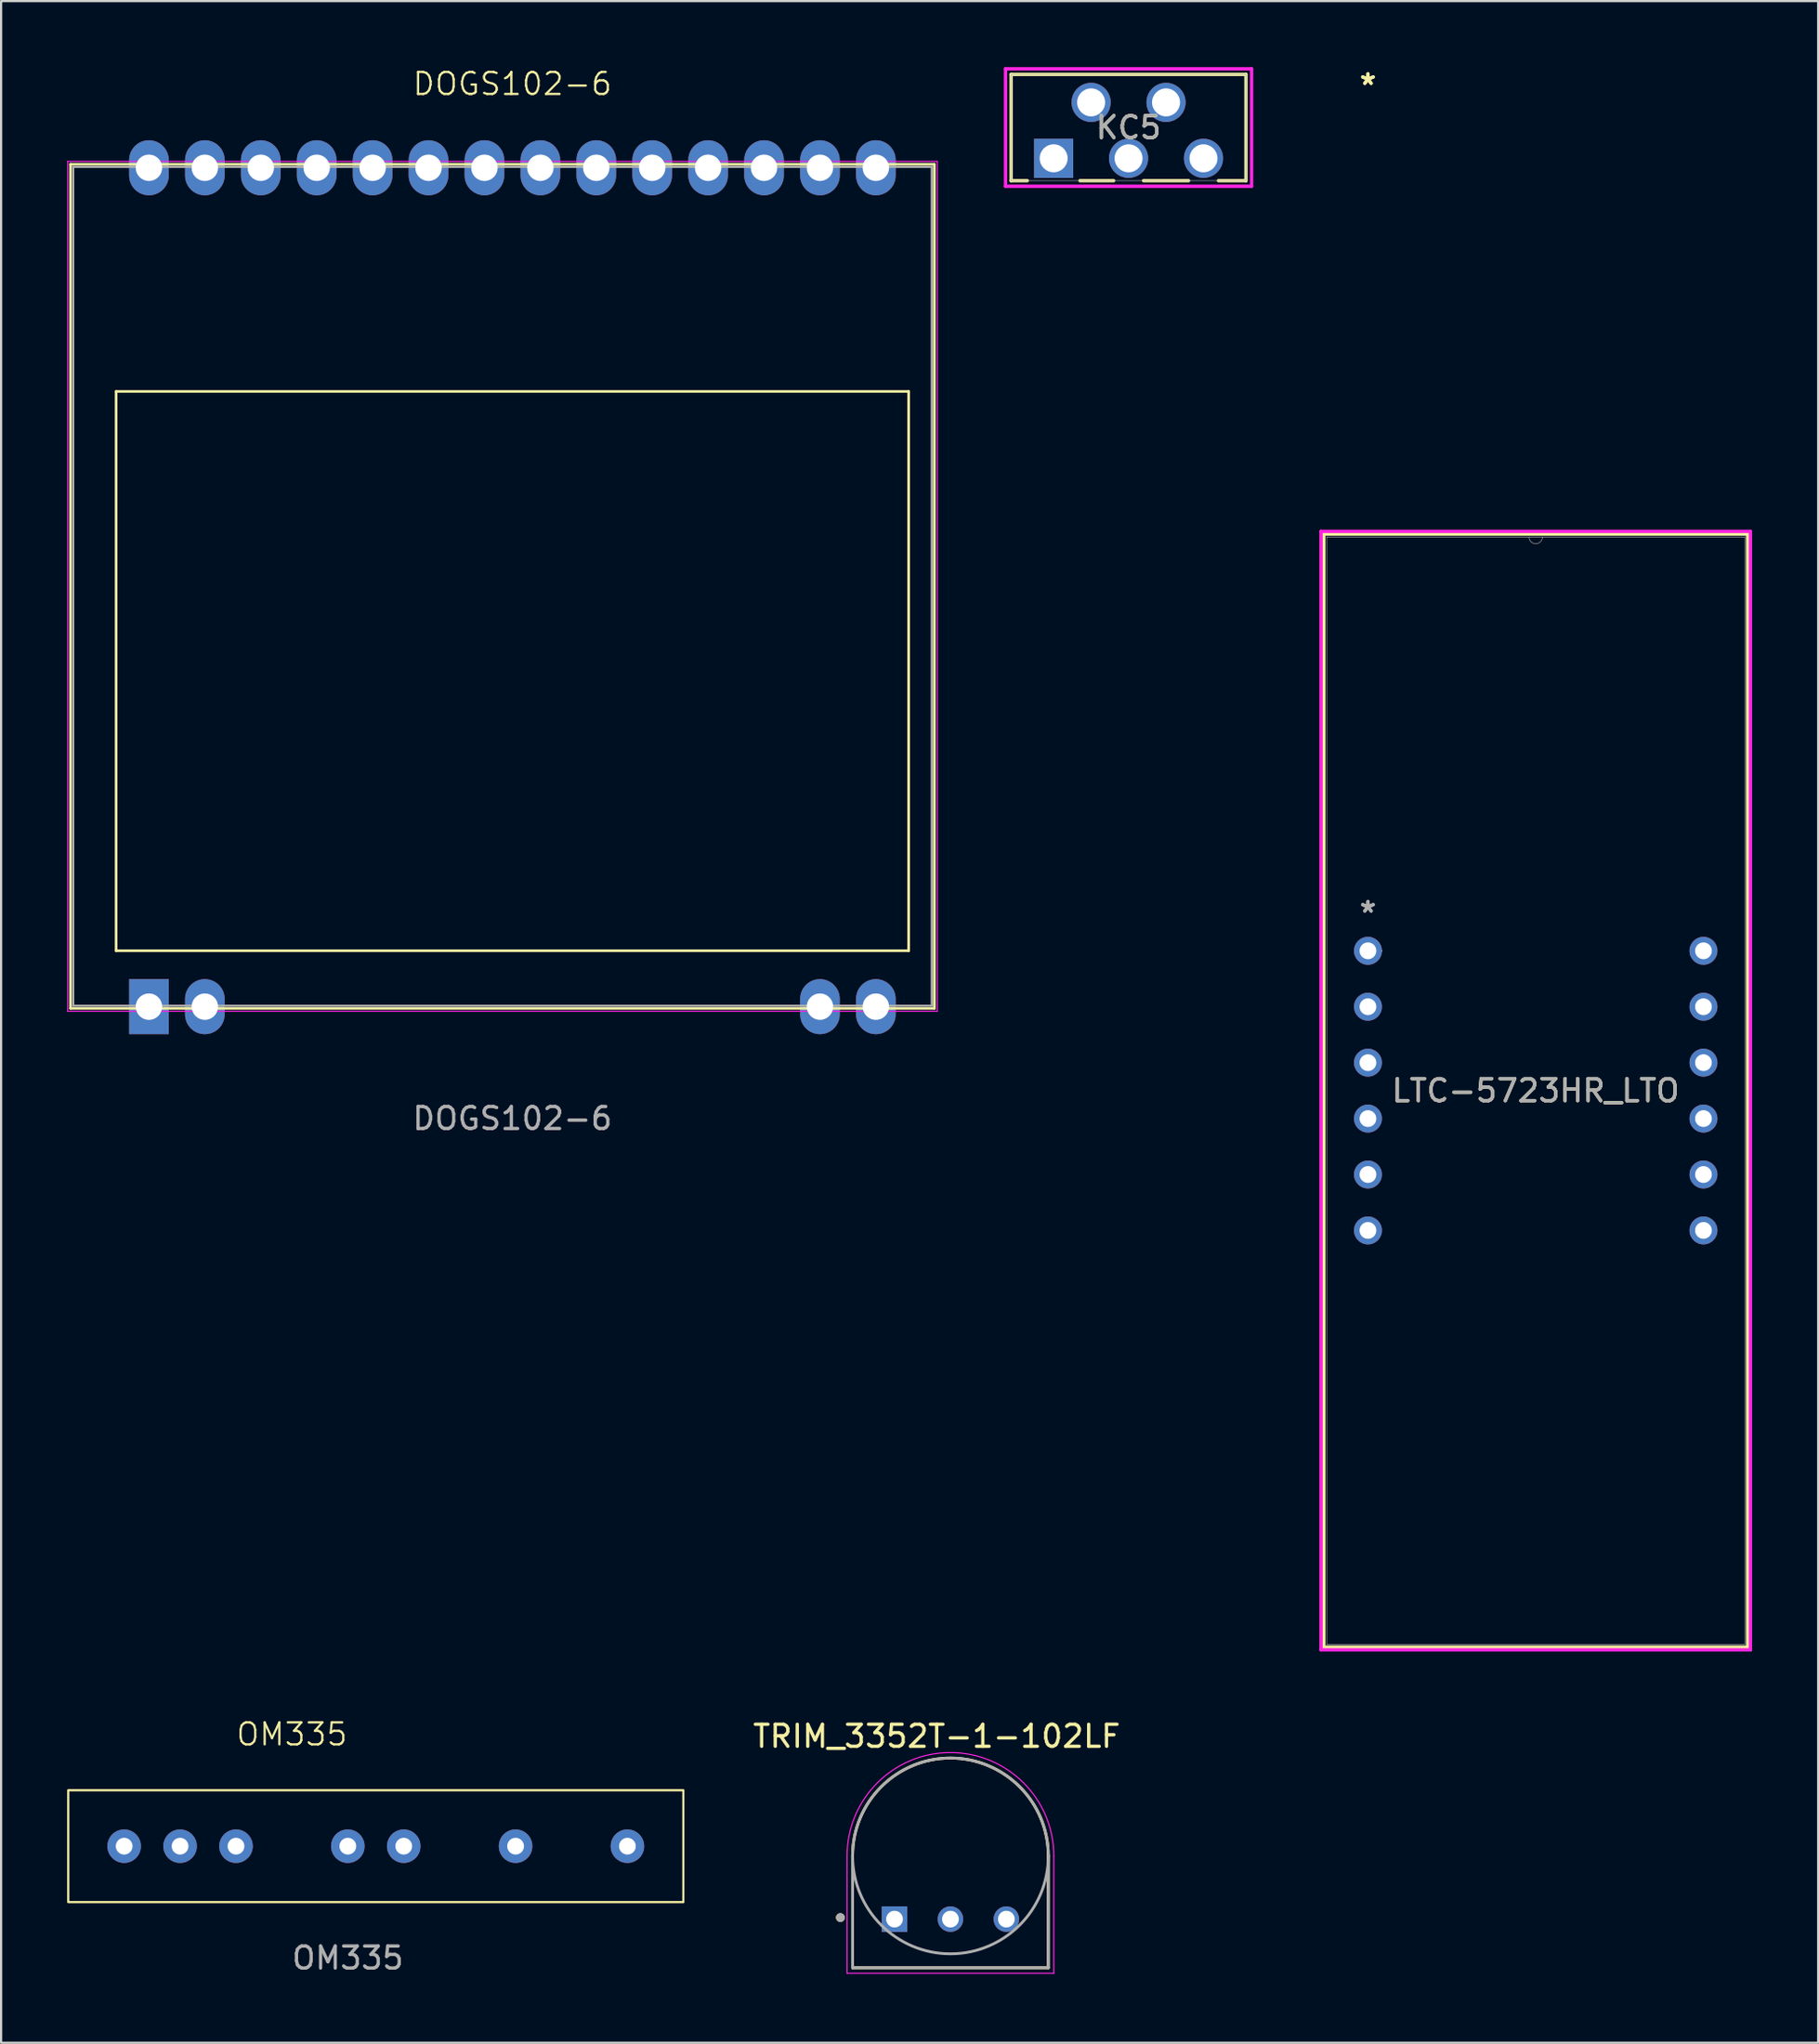
<source format=kicad_pcb>
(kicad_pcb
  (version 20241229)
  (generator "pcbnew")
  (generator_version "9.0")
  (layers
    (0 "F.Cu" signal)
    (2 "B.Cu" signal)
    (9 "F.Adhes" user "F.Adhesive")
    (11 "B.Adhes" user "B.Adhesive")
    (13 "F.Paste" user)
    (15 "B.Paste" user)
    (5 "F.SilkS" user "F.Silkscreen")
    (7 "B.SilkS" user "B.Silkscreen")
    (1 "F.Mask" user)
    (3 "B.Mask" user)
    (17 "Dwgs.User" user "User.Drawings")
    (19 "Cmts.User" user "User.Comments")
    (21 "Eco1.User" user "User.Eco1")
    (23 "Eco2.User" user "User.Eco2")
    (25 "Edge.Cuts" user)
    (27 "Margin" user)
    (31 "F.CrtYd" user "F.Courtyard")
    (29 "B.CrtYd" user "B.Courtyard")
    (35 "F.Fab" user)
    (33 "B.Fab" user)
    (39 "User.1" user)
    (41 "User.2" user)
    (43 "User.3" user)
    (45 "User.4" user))
  (footprint "KC5"
    (layer "F.Cu")
    (at 51.618 1.346)
    (property "Reference" "KC5" (at -3.404 1.397 0) (unlocked yes) (layer "F.SilkS") (effects (font (size 1 1) (thickness 0.15))))
    (attr through_hole)
    (fp_line (start -8.738 -1.016) (end -8.738 3.81) (stroke (width 0.152) (type solid)) (layer "F.SilkS"))
    (fp_line (start -8.738 3.81) (end -8.004 3.81) (stroke (width 0.152) (type solid)) (layer "F.SilkS"))
    (fp_line (start -5.611 3.81) (end -4.082 3.81) (stroke (width 0.152) (type solid)) (layer "F.SilkS"))
    (fp_line (start -2.725 3.81) (end -0.679 3.81) (stroke (width 0.152) (type solid)) (layer "F.SilkS"))
    (fp_line (start 0.679 3.81) (end 1.93 3.81) (stroke (width 0.152) (type solid)) (layer "F.SilkS"))
    (fp_line (start 1.93 -1.016) (end -8.738 -1.016) (stroke (width 0.152) (type solid)) (layer "F.SilkS"))
    (fp_line (start 1.93 3.81) (end 1.93 -1.016) (stroke (width 0.152) (type solid)) (layer "F.SilkS"))
    (fp_line (start -8.992 -1.27) (end -8.992 4.064) (stroke (width 0.152) (type solid)) (layer "F.CrtYd"))
    (fp_line (start -8.992 4.064) (end 2.184 4.064) (stroke (width 0.152) (type solid)) (layer "F.CrtYd"))
    (fp_line (start 2.184 -1.27) (end -8.992 -1.27) (stroke (width 0.152) (type solid)) (layer "F.CrtYd"))
    (fp_line (start 2.184 4.064) (end 2.184 -1.27) (stroke (width 0.152) (type solid)) (layer "F.CrtYd"))
    (fp_line (start -8.738 -1.016) (end -8.738 3.81) (stroke (width 0.025) (type solid)) (layer "F.Fab"))
    (fp_line (start -8.738 3.81) (end 1.93 3.81) (stroke (width 0.025) (type solid)) (layer "F.Fab"))
    (fp_line (start 1.93 -1.016) (end -8.738 -1.016) (stroke (width 0.025) (type solid)) (layer "F.Fab"))
    (fp_line (start 1.93 3.81) (end 1.93 -1.016) (stroke (width 0.025) (type solid)) (layer "F.Fab"))
    (fp_text user "${REFERENCE}" (at -3.404 1.397 0) (unlocked yes) (layer "F.Fab") (effects (font (size 1 1) (thickness 0.15))))
    (pad "1" thru_hole rect (at -6.807 2.794) (size 1.778 1.778) (drill 1.27) (layers "*.Cu" "*.Mask"))
    (pad "2" thru_hole circle (at -5.105 0.254) (size 1.778 1.778) (drill 1.27) (layers "*.Cu" "*.Mask"))
    (pad "3" thru_hole circle (at -3.404 2.794) (size 1.778 1.778) (drill 1.27) (layers "*.Cu" "*.Mask"))
    (pad "4" thru_hole circle (at -1.702 0.254) (size 1.778 1.778) (drill 1.27) (layers "*.Cu" "*.Mask"))
    (pad "5" thru_hole circle (at 0 2.794) (size 1.778 1.778) (drill 1.27) (layers "*.Cu" "*.Mask")))
  (footprint "TRIM_3352T-1-102LF"
    (layer "F.Cu")
    (at 40.123 81.243)
    (property "Reference" "TRIM_3352T-1-102LF" (at -0.625 -5.435 0) (layer "F.SilkS") (effects (font (size 1 1) (thickness 0.15))))
    (attr through_hole)
    (fp_line (start -4.445 0) (end -4.445 5.08) (stroke (width 0.127) (type solid)) (layer "F.SilkS"))
    (fp_line (start -4.445 5.08) (end 4.445 5.08) (stroke (width 0.127) (type solid)) (layer "F.SilkS"))
    (fp_line (start 4.445 0) (end 4.445 5.08) (stroke (width 0.127) (type solid)) (layer "F.SilkS"))
    (fp_arc (start -4.445 0) (mid 0 -4.445) (end 4.445 0) (stroke (width 0.127) (type solid)) (layer "F.SilkS"))
    (fp_circle (center -5 2.8) (end -4.9 2.8) (stroke (width 0.2) (type solid)) (fill no) (layer "F.SilkS"))
    (fp_line (start -4.695 0) (end -4.695 5.33) (stroke (width 0.05) (type solid)) (layer "F.CrtYd"))
    (fp_line (start -4.695 5.33) (end 4.695 5.33) (stroke (width 0.05) (type solid)) (layer "F.CrtYd"))
    (fp_line (start 4.695 5.33) (end 4.695 0) (stroke (width 0.05) (type solid)) (layer "F.CrtYd"))
    (fp_arc (start -4.695 0) (mid 0 -4.695) (end 4.695 0) (stroke (width 0.05) (type solid)) (layer "F.CrtYd"))
    (fp_line (start -4.445 0) (end -4.445 5.08) (stroke (width 0.127) (type solid)) (layer "F.Fab"))
    (fp_line (start -4.445 5.08) (end 4.445 5.08) (stroke (width 0.127) (type solid)) (layer "F.Fab"))
    (fp_line (start 4.445 5.08) (end 4.445 0) (stroke (width 0.127) (type solid)) (layer "F.Fab"))
    (fp_circle (center -5 2.8) (end -4.9 2.8) (stroke (width 0.2) (type solid)) (fill no) (layer "F.Fab"))
    (fp_circle (center 0 0) (end 4.445 0) (stroke (width 0.127) (type solid)) (fill no) (layer "F.Fab"))
    (pad "1" thru_hole rect (at -2.54 2.87) (size 1.16 1.16) (drill 0.76) (layers "*.Cu" "*.Mask"))
    (pad "2" thru_hole circle (at 0 2.87) (size 1.16 1.16) (drill 0.76) (layers "*.Cu" "*.Mask"))
    (pad "3" thru_hole circle (at 2.54 2.87) (size 1.16 1.16) (drill 0.76) (layers "*.Cu" "*.Mask")))
  (footprint "OM335"
    (layer "F.Cu")
    (at 12.75 80.8)
    (property "Reference" "OM335" (at -2.54 -5.08 0) (unlocked yes) (layer "F.SilkS") (effects (font (size 1 1) (thickness 0.1))))
    (attr through_hole)
    (fp_rect (start -12.7 -2.54) (end 15.24 2.54) (stroke (width 0.1) (type default)) (fill no) (layer "F.SilkS"))
    (fp_text user "${REFERENCE}" (at 0 5.08 0) (unlocked yes) (layer "F.Fab") (effects (font (size 1 1) (thickness 0.15))))
    (pad "1" thru_hole circle (at 12.7 0) (size 1.524 1.524) (drill 0.762) (layers "*.Cu" "*.Mask"))
    (pad "2" thru_hole circle (at 7.62 0) (size 1.524 1.524) (drill 0.762) (layers "*.Cu" "*.Mask"))
    (pad "3" thru_hole circle (at 2.54 0) (size 1.524 1.524) (drill 0.762) (layers "*.Cu" "*.Mask"))
    (pad "4" thru_hole circle (at 0 0) (size 1.524 1.524) (drill 0.762) (layers "*.Cu" "*.Mask"))
    (pad "5" thru_hole circle (at -5.08 0) (size 1.524 1.524) (drill 0.762) (layers "*.Cu" "*.Mask"))
    (pad "6" thru_hole circle (at -7.62 0) (size 1.524 1.524) (drill 0.762) (layers "*.Cu" "*.Mask"))
    (pad "7" thru_hole circle (at -10.16 0) (size 1.524 1.524) (drill 0.762) (layers "*.Cu" "*.Mask")))
  (footprint "DOGS102-6"
    (layer "F.Cu")
    (at 20.225 23.62)
    (property "Reference" "DOGS102-6" (at 0 -22.86 0) (unlocked yes) (layer "F.SilkS") (effects (font (size 1 1) (thickness 0.1))))
    (attr through_hole)
    (fp_line (start -20.07 -19.21) (end 19.17 -19.21) (stroke (width 0.12) (type solid)) (layer "F.SilkS"))
    (fp_line (start -20.07 19.13) (end -20.07 -19.21) (stroke (width 0.12) (type solid)) (layer "F.SilkS"))
    (fp_line (start -18 -8.89) (end 18 -8.89) (stroke (width 0.12) (type solid)) (layer "F.SilkS"))
    (fp_line (start -18 16.51) (end -18 -8.89) (stroke (width 0.12) (type solid)) (layer "F.SilkS"))
    (fp_line (start 18 -8.89) (end 18 16.51) (stroke (width 0.12) (type solid)) (layer "F.SilkS"))
    (fp_line (start 18 16.51) (end -18 16.51) (stroke (width 0.12) (type solid)) (layer "F.SilkS"))
    (fp_line (start 19.17 -19.21) (end 19.17 19.13) (stroke (width 0.12) (type solid)) (layer "F.SilkS"))
    (fp_line (start 19.17 19.13) (end -20.07 19.13) (stroke (width 0.12) (type solid)) (layer "F.SilkS"))
    (fp_line (start -20.2 -19.34) (end 19.3 -19.34) (stroke (width 0.05) (type solid)) (layer "F.CrtYd"))
    (fp_line (start -20.2 19.26) (end -20.2 -19.34) (stroke (width 0.05) (type solid)) (layer "F.CrtYd"))
    (fp_line (start 19.3 -19.34) (end 19.3 19.26) (stroke (width 0.05) (type solid)) (layer "F.CrtYd"))
    (fp_line (start 19.3 19.26) (end -20.2 19.26) (stroke (width 0.05) (type solid)) (layer "F.CrtYd"))
    (fp_line (start -19.95 -19.09) (end 19.05 -19.09) (stroke (width 0.1) (type solid)) (layer "F.Fab"))
    (fp_line (start -19.95 19.01) (end -19.95 -19.09) (stroke (width 0.1) (type solid)) (layer "F.Fab"))
    (fp_line (start 19.05 -19.09) (end 19.05 19.01) (stroke (width 0.1) (type solid)) (layer "F.Fab"))
    (fp_line (start 19.05 19.01) (end -19.95 19.01) (stroke (width 0.1) (type solid)) (layer "F.Fab"))
    (fp_text user "${REFERENCE}" (at 0 24.13 0) (unlocked yes) (layer "F.Fab") (effects (font (size 1 1) (thickness 0.15))))
    (pad "1" thru_hole rect (at -16.51 19.05 180) (size 1.8 2.5) (drill 1.2) (layers "*.Cu" "*.Mask"))
    (pad "2" thru_hole oval (at -13.97 19.05 180) (size 1.8 2.5) (drill 1.2) (layers "*.Cu" "*.Mask"))
    (pad "13" thru_hole oval (at 13.97 19.05 180) (size 1.8 2.5) (drill 1.2) (layers "*.Cu" "*.Mask"))
    (pad "14" thru_hole oval (at 16.51 19.05 180) (size 1.8 2.5) (drill 1.2) (layers "*.Cu" "*.Mask"))
    (pad "15" thru_hole oval (at 16.51 -19.05 180) (size 1.8 2.5) (drill 1.2) (layers "*.Cu" "*.Mask"))
    (pad "16" thru_hole oval (at 13.97 -19.05 180) (size 1.8 2.5) (drill 1.2) (layers "*.Cu" "*.Mask"))
    (pad "17" thru_hole oval (at 11.43 -19.05 180) (size 1.8 2.5) (drill 1.2) (layers "*.Cu" "*.Mask"))
    (pad "18" thru_hole oval (at 8.89 -19.05 180) (size 1.8 2.5) (drill 1.2) (layers "*.Cu" "*.Mask"))
    (pad "19" thru_hole oval (at 6.35 -19.05 180) (size 1.8 2.5) (drill 1.2) (layers "*.Cu" "*.Mask"))
    (pad "20" thru_hole oval (at 3.81 -19.05 180) (size 1.8 2.5) (drill 1.2) (layers "*.Cu" "*.Mask"))
    (pad "21" thru_hole oval (at 1.27 -19.05 180) (size 1.8 2.5) (drill 1.2) (layers "*.Cu" "*.Mask"))
    (pad "22" thru_hole oval (at -1.27 -19.05 180) (size 1.8 2.5) (drill 1.2) (layers "*.Cu" "*.Mask"))
    (pad "23" thru_hole oval (at -3.81 -19.05 180) (size 1.8 2.5) (drill 1.2) (layers "*.Cu" "*.Mask"))
    (pad "24" thru_hole oval (at -6.35 -19.05 180) (size 1.8 2.5) (drill 1.2) (layers "*.Cu" "*.Mask"))
    (pad "25" thru_hole oval (at -8.89 -19.05 180) (size 1.8 2.5) (drill 1.2) (layers "*.Cu" "*.Mask"))
    (pad "26" thru_hole oval (at -11.43 -19.05 180) (size 1.8 2.5) (drill 1.2) (layers "*.Cu" "*.Mask"))
    (pad "27" thru_hole oval (at -13.97 -19.05 180) (size 1.8 2.5) (drill 1.2) (layers "*.Cu" "*.Mask"))
    (pad "28" thru_hole oval (at -16.51 -19.05 180) (size 1.8 2.5) (drill 1.2) (layers "*.Cu" "*.Mask")))
  (footprint "LTC-5723HR_LTO"
    (layer "F.Cu")
    (at 59.088 40.134)
    (property "Reference" "LTC-5723HR_LTO" (at 7.62 6.35 0) (unlocked yes) (layer "F.SilkS") (effects (font (size 1 1) (thickness 0.15))))
    (attr through_hole)
    (fp_line (start -2.007 -18.923) (end -2.007 31.623) (stroke (width 0.152) (type solid)) (layer "F.SilkS"))
    (fp_line (start -2.007 31.623) (end 17.247 31.623) (stroke (width 0.152) (type solid)) (layer "F.SilkS"))
    (fp_line (start 17.247 -18.923) (end -2.007 -18.923) (stroke (width 0.152) (type solid)) (layer "F.SilkS"))
    (fp_line (start 17.247 31.623) (end 17.247 -18.923) (stroke (width 0.152) (type solid)) (layer "F.SilkS"))
    (fp_line (start -2.134 -19.05) (end 17.374 -19.05) (stroke (width 0.152) (type solid)) (layer "F.CrtYd"))
    (fp_line (start -2.134 31.75) (end -2.134 -19.05) (stroke (width 0.152) (type solid)) (layer "F.CrtYd"))
    (fp_line (start 17.374 -19.05) (end 17.374 31.75) (stroke (width 0.152) (type solid)) (layer "F.CrtYd"))
    (fp_line (start 17.374 31.75) (end -2.134 31.75) (stroke (width 0.152) (type solid)) (layer "F.CrtYd"))
    (fp_line (start -1.88 -18.796) (end -1.88 31.496) (stroke (width 0.025) (type solid)) (layer "F.Fab"))
    (fp_line (start -1.88 31.496) (end 17.12 31.496) (stroke (width 0.025) (type solid)) (layer "F.Fab"))
    (fp_line (start 17.12 -18.796) (end -1.88 -18.796) (stroke (width 0.025) (type solid)) (layer "F.Fab"))
    (fp_line (start 17.12 31.496) (end 17.12 -18.796) (stroke (width 0.025) (type solid)) (layer "F.Fab"))
    (fp_arc (start 7.9248 -18.796) (mid 7.62 -18.4912) (end 7.3152 -18.796) (stroke (width 0.0254) (type solid)) (layer "F.Fab"))
    (fp_circle (center 0.635 0) (end 0.635 0) (stroke (width 0.025) (type solid)) (fill no) (layer "F.Fab"))
    (fp_text user "*" (at 0 -39.285 0) (layer "F.SilkS") (effects (font (size 1 1) (thickness 0.15))))
    (fp_text user "*" (at 0 -39.285 0) (unlocked yes) (layer "F.SilkS") (effects (font (size 1 1) (thickness 0.15))))
    (fp_text user "*" (at 0 -1.693 0) (unlocked yes) (layer "F.Fab") (effects (font (size 1 1) (thickness 0.15))))
    (fp_text user "*" (at 0 -1.693 0) (layer "F.Fab") (effects (font (size 1 1) (thickness 0.15))))
    (fp_text user "${REFERENCE}" (at 7.62 6.35 0) (unlocked yes) (layer "F.Fab") (effects (font (size 1 1) (thickness 0.15))))
    (pad "1" thru_hole circle (at 0 0) (size 1.27 1.27) (drill 0.762) (layers "*.Cu" "*.Mask"))
    (pad "2" thru_hole circle (at 0 2.54) (size 1.27 1.27) (drill 0.762) (layers "*.Cu" "*.Mask"))
    (pad "3" thru_hole circle (at 0 5.08) (size 1.27 1.27) (drill 0.762) (layers "*.Cu" "*.Mask"))
    (pad "4" thru_hole circle (at 0 7.62) (size 1.27 1.27) (drill 0.762) (layers "*.Cu" "*.Mask"))
    (pad "5" thru_hole circle (at 0 10.16) (size 1.27 1.27) (drill 0.762) (layers "*.Cu" "*.Mask"))
    (pad "6" thru_hole circle (at 0 12.7) (size 1.27 1.27) (drill 0.762) (layers "*.Cu" "*.Mask"))
    (pad "7" thru_hole circle (at 15.24 12.7) (size 1.27 1.27) (drill 0.762) (layers "*.Cu" "*.Mask"))
    (pad "8" thru_hole circle (at 15.24 10.16) (size 1.27 1.27) (drill 0.762) (layers "*.Cu" "*.Mask"))
    (pad "9" thru_hole circle (at 15.24 7.62) (size 1.27 1.27) (drill 0.762) (layers "*.Cu" "*.Mask"))
    (pad "10" thru_hole circle (at 15.24 5.08) (size 1.27 1.27) (drill 0.762) (layers "*.Cu" "*.Mask"))
    (pad "11" thru_hole circle (at 15.24 2.54) (size 1.27 1.27) (drill 0.762) (layers "*.Cu" "*.Mask"))
    (pad "12" thru_hole circle (at 15.24 0) (size 1.27 1.27) (drill 0.762) (layers "*.Cu" "*.Mask")))
  (gr_rect
    (start -3 -3)
    (end 79.538 89.729)
    (stroke (width 0.1) (type default))
    (fill no)
    (layer "Edge.Cuts")))
</source>
